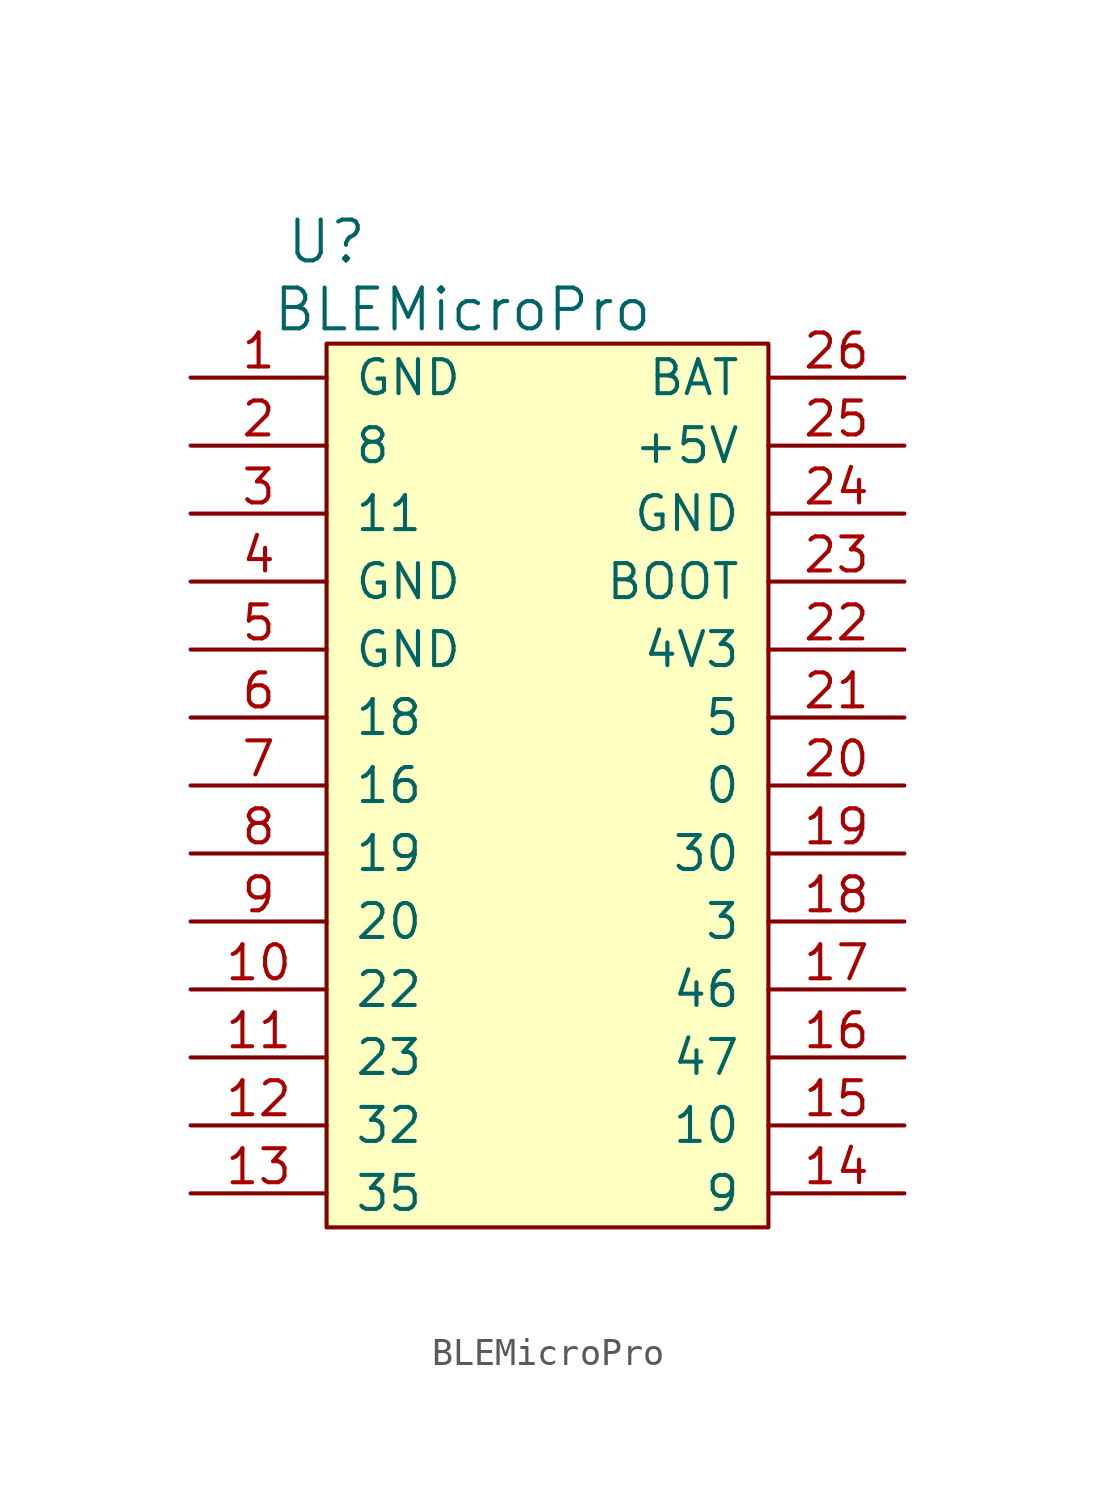
<source format=kicad_sym>
(kicad_symbol_lib
  (version 20231120)
  (generator "kicad_symbol_editor")
  (generator_version "8.0")
  (symbol "BLEMicroPro"
    (pin_names
      (offset 1.016))
    (property "Reference" "U"
      (at -8.89 20.32 0)
      (effects (font (size 1.524 1.524))))
    (property "Value" "BLEMicroPro"
      (at -3.81 17.78 0)
      (effects (font (size 1.524 1.524))))
    (symbol "BLEMicroPro_0_1"
      (rectangle (start -8.89 16.51) (end 7.62 -16.51) (stroke (width 0) (type solid)) (fill (type background))))
    (symbol "BLEMicroPro_1_1"
      (pin input line (at -13.97 15.24 0) (length 5.08) (name "GND" (effects (font (size 1.27 1.27)))) (number "1" (effects (font (size 1.27 1.27)))))
      (pin input line (at -13.97 -7.62 0) (length 5.08) (name "22" (effects (font (size 1.27 1.27)))) (number "10" (effects (font (size 1.27 1.27)))))
      (pin input line (at -13.97 -10.16 0) (length 5.08) (name "23" (effects (font (size 1.27 1.27)))) (number "11" (effects (font (size 1.27 1.27)))))
      (pin input line (at -13.97 -12.7 0) (length 5.08) (name "32" (effects (font (size 1.27 1.27)))) (number "12" (effects (font (size 1.27 1.27)))))
      (pin input line (at -13.97 -15.24 0) (length 5.08) (name "35" (effects (font (size 1.27 1.27)))) (number "13" (effects (font (size 1.27 1.27)))))
      (pin input line (at 12.7 -15.24 180) (length 5.08) (name "9" (effects (font (size 1.27 1.27)))) (number "14" (effects (font (size 1.27 1.27)))))
      (pin input line (at 12.7 -12.7 180) (length 5.08) (name "10" (effects (font (size 1.27 1.27)))) (number "15" (effects (font (size 1.27 1.27)))))
      (pin input line (at 12.7 -10.16 180) (length 5.08) (name "47" (effects (font (size 1.27 1.27)))) (number "16" (effects (font (size 1.27 1.27)))))
      (pin input line (at 12.7 -7.62 180) (length 5.08) (name "46" (effects (font (size 1.27 1.27)))) (number "17" (effects (font (size 1.27 1.27)))))
      (pin input line (at 12.7 -5.08 180) (length 5.08) (name "3" (effects (font (size 1.27 1.27)))) (number "18" (effects (font (size 1.27 1.27)))))
      (pin input line (at 12.7 -2.54 180) (length 5.08) (name "30" (effects (font (size 1.27 1.27)))) (number "19" (effects (font (size 1.27 1.27)))))
      (pin bidirectional line (at -13.97 12.7 0) (length 5.08) (name "8" (effects (font (size 1.27 1.27)))) (number "2" (effects (font (size 1.27 1.27)))))
      (pin input line (at 12.7 0 180) (length 5.08) (name "0" (effects (font (size 1.27 1.27)))) (number "20" (effects (font (size 1.27 1.27)))))
      (pin input line (at 12.7 2.54 180) (length 5.08) (name "5" (effects (font (size 1.27 1.27)))) (number "21" (effects (font (size 1.27 1.27)))))
      (pin input line (at 12.7 5.08 180) (length 5.08) (name "4V3" (effects (font (size 1.27 1.27)))) (number "22" (effects (font (size 1.27 1.27)))))
      (pin input line (at 12.7 7.62 180) (length 5.08) (name "BOOT" (effects (font (size 1.27 1.27)))) (number "23" (effects (font (size 1.27 1.27)))))
      (pin input line (at 12.7 10.16 180) (length 5.08) (name "GND" (effects (font (size 1.27 1.27)))) (number "24" (effects (font (size 1.27 1.27)))))
      (pin input line (at 12.7 12.7 180) (length 5.08) (name "+5V" (effects (font (size 1.27 1.27)))) (number "25" (effects (font (size 1.27 1.27)))))
      (pin input line (at 12.7 15.24 180) (length 5.08) (name "BAT" (effects (font (size 1.27 1.27)))) (number "26" (effects (font (size 1.27 1.27)))))
      (pin input line (at -13.97 10.16 0) (length 5.08) (name "11" (effects (font (size 1.27 1.27)))) (number "3" (effects (font (size 1.27 1.27)))))
      (pin input line (at -13.97 7.62 0) (length 5.08) (name "GND" (effects (font (size 1.27 1.27)))) (number "4" (effects (font (size 1.27 1.27)))))
      (pin input line (at -13.97 5.08 0) (length 5.08) (name "GND" (effects (font (size 1.27 1.27)))) (number "5" (effects (font (size 1.27 1.27)))))
      (pin input line (at -13.97 2.54 0) (length 5.08) (name "18" (effects (font (size 1.27 1.27)))) (number "6" (effects (font (size 1.27 1.27)))))
      (pin input line (at -13.97 0 0) (length 5.08) (name "16" (effects (font (size 1.27 1.27)))) (number "7" (effects (font (size 1.27 1.27)))))
      (pin bidirectional line (at -13.97 -2.54 0) (length 5.08) (name "19" (effects (font (size 1.27 1.27)))) (number "8" (effects (font (size 1.27 1.27)))))
      (pin input line (at -13.97 -5.08 0) (length 5.08) (name "20" (effects (font (size 1.27 1.27)))) (number "9" (effects (font (size 1.27 1.27))))))))
</source>
